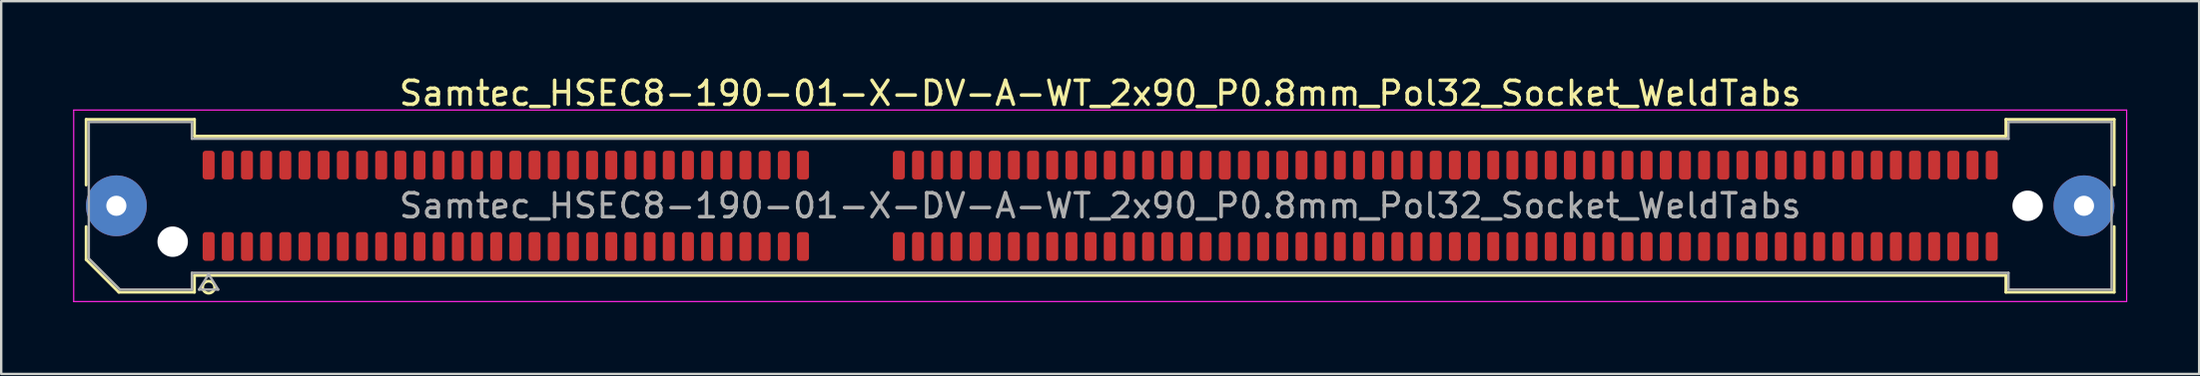
<source format=kicad_pcb>
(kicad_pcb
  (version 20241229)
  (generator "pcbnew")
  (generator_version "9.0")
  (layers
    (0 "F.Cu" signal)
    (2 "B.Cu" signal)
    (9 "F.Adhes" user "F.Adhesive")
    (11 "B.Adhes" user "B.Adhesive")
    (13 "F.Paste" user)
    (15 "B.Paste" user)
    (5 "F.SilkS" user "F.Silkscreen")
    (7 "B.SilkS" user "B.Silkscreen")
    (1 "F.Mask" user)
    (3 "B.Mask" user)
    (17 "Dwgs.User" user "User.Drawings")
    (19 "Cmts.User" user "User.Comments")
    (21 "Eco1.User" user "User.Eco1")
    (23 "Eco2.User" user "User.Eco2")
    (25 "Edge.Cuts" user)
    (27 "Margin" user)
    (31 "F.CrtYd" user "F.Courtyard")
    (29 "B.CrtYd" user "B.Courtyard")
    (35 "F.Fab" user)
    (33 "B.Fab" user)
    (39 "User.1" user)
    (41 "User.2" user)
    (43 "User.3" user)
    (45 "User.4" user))
  (footprint "Samtec_HSEC8-190-01-X-DV-A-WT_2x90_P0.8mm_Pol32_Socket_WeldTabs"
    (layer "F.Cu")
    (at 42.855 5.548)
    (property "Reference" "Samtec_HSEC8-190-01-X-DV-A-WT_2x90_P0.8mm_Pol32_Socket_WeldTabs" (at 0 -4.7 0) (layer "F.SilkS") (effects (font (size 1 1) (thickness 0.15))))
    (attr smd)
    (fp_line (start -42.31 -3.61) (end -37.79 -3.61) (stroke (width 0.12) (type solid)) (layer "F.SilkS"))
    (fp_line (start -42.31 -0.868) (end -42.31 -3.61) (stroke (width 0.12) (type solid)) (layer "F.SilkS"))
    (fp_line (start -42.31 2.246) (end -42.31 0.868) (stroke (width 0.12) (type solid)) (layer "F.SilkS"))
    (fp_line (start -40.946 3.61) (end -42.31 2.246) (stroke (width 0.12) (type solid)) (layer "F.SilkS"))
    (fp_line (start -37.79 -3.61) (end -37.79 -2.91) (stroke (width 0.12) (type solid)) (layer "F.SilkS"))
    (fp_line (start -37.79 -2.91) (end 37.79 -2.91) (stroke (width 0.12) (type solid)) (layer "F.SilkS"))
    (fp_line (start -37.79 2.91) (end -37.79 3.61) (stroke (width 0.12) (type solid)) (layer "F.SilkS"))
    (fp_line (start -37.79 3.61) (end -40.946 3.61) (stroke (width 0.12) (type solid)) (layer "F.SilkS"))
    (fp_line (start 37.79 -3.61) (end 42.31 -3.61) (stroke (width 0.12) (type solid)) (layer "F.SilkS"))
    (fp_line (start 37.79 -2.91) (end 37.79 -3.61) (stroke (width 0.12) (type solid)) (layer "F.SilkS"))
    (fp_line (start 37.79 2.91) (end -37.79 2.91) (stroke (width 0.12) (type solid)) (layer "F.SilkS"))
    (fp_line (start 37.79 3.61) (end 37.79 2.91) (stroke (width 0.12) (type solid)) (layer "F.SilkS"))
    (fp_line (start 42.31 -3.61) (end 42.31 -0.868) (stroke (width 0.12) (type solid)) (layer "F.SilkS"))
    (fp_line (start 42.31 0.868) (end 42.31 3.61) (stroke (width 0.12) (type solid)) (layer "F.SilkS"))
    (fp_line (start 42.31 3.61) (end 37.79 3.61) (stroke (width 0.12) (type solid)) (layer "F.SilkS"))
    (fp_arc (start -36.95 3.4) (mid -37.45 3.4) (end -36.95 3.4) (stroke (width 0.12) (type solid)) (layer "F.SilkS"))
    (fp_line (start -42.83 -4) (end -42.83 4) (stroke (width 0.05) (type solid)) (layer "F.CrtYd"))
    (fp_line (start -42.83 4) (end 42.83 4) (stroke (width 0.05) (type solid)) (layer "F.CrtYd"))
    (fp_line (start 42.83 -4) (end -42.83 -4) (stroke (width 0.05) (type solid)) (layer "F.CrtYd"))
    (fp_line (start 42.83 4) (end 42.83 -4) (stroke (width 0.05) (type solid)) (layer "F.CrtYd"))
    (fp_line (start -42.2 -3.5) (end -37.9 -3.5) (stroke (width 0.1) (type solid)) (layer "F.Fab"))
    (fp_line (start -42.2 2.2) (end -42.2 -3.5) (stroke (width 0.1) (type solid)) (layer "F.Fab"))
    (fp_line (start -40.9 3.5) (end -42.2 2.2) (stroke (width 0.1) (type solid)) (layer "F.Fab"))
    (fp_line (start -37.9 -3.5) (end -37.9 -2.8) (stroke (width 0.1) (type solid)) (layer "F.Fab"))
    (fp_line (start -37.9 -2.8) (end 37.9 -2.8) (stroke (width 0.1) (type solid)) (layer "F.Fab"))
    (fp_line (start -37.9 2.8) (end -37.9 3.5) (stroke (width 0.1) (type solid)) (layer "F.Fab"))
    (fp_line (start -37.9 3.5) (end -40.9 3.5) (stroke (width 0.1) (type solid)) (layer "F.Fab"))
    (fp_line (start -37.6 3.5) (end -37.2 2.86) (stroke (width 0.1) (type solid)) (layer "F.Fab"))
    (fp_line (start -37.2 2.86) (end -36.8 3.5) (stroke (width 0.1) (type solid)) (layer "F.Fab"))
    (fp_line (start -36.8 3.5) (end -37.6 3.5) (stroke (width 0.1) (type solid)) (layer "F.Fab"))
    (fp_line (start 37.9 -3.5) (end 42.2 -3.5) (stroke (width 0.1) (type solid)) (layer "F.Fab"))
    (fp_line (start 37.9 -2.8) (end 37.9 -3.5) (stroke (width 0.1) (type solid)) (layer "F.Fab"))
    (fp_line (start 37.9 2.8) (end -37.9 2.8) (stroke (width 0.1) (type solid)) (layer "F.Fab"))
    (fp_line (start 37.9 3.5) (end 37.9 2.8) (stroke (width 0.1) (type solid)) (layer "F.Fab"))
    (fp_line (start 42.2 -3.5) (end 42.2 3.5) (stroke (width 0.1) (type solid)) (layer "F.Fab"))
    (fp_line (start 42.2 3.5) (end 37.9 3.5) (stroke (width 0.1) (type solid)) (layer "F.Fab"))
    (fp_text user "${REFERENCE}" (at 0 0 0) (layer "F.Fab") (effects (font (size 1 1) (thickness 0.15))))
    (pad "" thru_hole circle (at -41.05 0) (size 2.54 2.54) (drill 0.84) (layers "*.Cu" "*.Mask" "F.Paste"))
    (pad "" np_thru_hole circle (at -38.7 1.5) (size 1.27 1.27) (drill 1.27) (layers "*.Cu" "*.Mask"))
    (pad "" np_thru_hole circle (at 38.7 0) (size 1.27 1.27) (drill 1.27) (layers "*.Cu" "*.Mask"))
    (pad "" thru_hole circle (at 41.05 0) (size 2.54 2.54) (drill 0.84) (layers "*.Cu" "*.Mask" "F.Paste"))
    (pad "1" smd roundrect (at -37.2 1.7) (size 0.5 1.2) (layers "F.Cu" "F.Mask" "F.Paste") (roundrect_rratio 0.25))
    (pad "2" smd roundrect (at -37.2 -1.7) (size 0.5 1.2) (layers "F.Cu" "F.Mask" "F.Paste") (roundrect_rratio 0.25))
    (pad "3" smd roundrect (at -36.4 1.7) (size 0.5 1.2) (layers "F.Cu" "F.Mask" "F.Paste") (roundrect_rratio 0.25))
    (pad "4" smd roundrect (at -36.4 -1.7) (size 0.5 1.2) (layers "F.Cu" "F.Mask" "F.Paste") (roundrect_rratio 0.25))
    (pad "5" smd roundrect (at -35.6 1.7) (size 0.5 1.2) (layers "F.Cu" "F.Mask" "F.Paste") (roundrect_rratio 0.25))
    (pad "6" smd roundrect (at -35.6 -1.7) (size 0.5 1.2) (layers "F.Cu" "F.Mask" "F.Paste") (roundrect_rratio 0.25))
    (pad "7" smd roundrect (at -34.8 1.7) (size 0.5 1.2) (layers "F.Cu" "F.Mask" "F.Paste") (roundrect_rratio 0.25))
    (pad "8" smd roundrect (at -34.8 -1.7) (size 0.5 1.2) (layers "F.Cu" "F.Mask" "F.Paste") (roundrect_rratio 0.25))
    (pad "9" smd roundrect (at -34 1.7) (size 0.5 1.2) (layers "F.Cu" "F.Mask" "F.Paste") (roundrect_rratio 0.25))
    (pad "10" smd roundrect (at -34 -1.7) (size 0.5 1.2) (layers "F.Cu" "F.Mask" "F.Paste") (roundrect_rratio 0.25))
    (pad "11" smd roundrect (at -33.2 1.7) (size 0.5 1.2) (layers "F.Cu" "F.Mask" "F.Paste") (roundrect_rratio 0.25))
    (pad "12" smd roundrect (at -33.2 -1.7) (size 0.5 1.2) (layers "F.Cu" "F.Mask" "F.Paste") (roundrect_rratio 0.25))
    (pad "13" smd roundrect (at -32.4 1.7) (size 0.5 1.2) (layers "F.Cu" "F.Mask" "F.Paste") (roundrect_rratio 0.25))
    (pad "14" smd roundrect (at -32.4 -1.7) (size 0.5 1.2) (layers "F.Cu" "F.Mask" "F.Paste") (roundrect_rratio 0.25))
    (pad "15" smd roundrect (at -31.6 1.7) (size 0.5 1.2) (layers "F.Cu" "F.Mask" "F.Paste") (roundrect_rratio 0.25))
    (pad "16" smd roundrect (at -31.6 -1.7) (size 0.5 1.2) (layers "F.Cu" "F.Mask" "F.Paste") (roundrect_rratio 0.25))
    (pad "17" smd roundrect (at -30.8 1.7) (size 0.5 1.2) (layers "F.Cu" "F.Mask" "F.Paste") (roundrect_rratio 0.25))
    (pad "18" smd roundrect (at -30.8 -1.7) (size 0.5 1.2) (layers "F.Cu" "F.Mask" "F.Paste") (roundrect_rratio 0.25))
    (pad "19" smd roundrect (at -30 1.7) (size 0.5 1.2) (layers "F.Cu" "F.Mask" "F.Paste") (roundrect_rratio 0.25))
    (pad "20" smd roundrect (at -30 -1.7) (size 0.5 1.2) (layers "F.Cu" "F.Mask" "F.Paste") (roundrect_rratio 0.25))
    (pad "21" smd roundrect (at -29.2 1.7) (size 0.5 1.2) (layers "F.Cu" "F.Mask" "F.Paste") (roundrect_rratio 0.25))
    (pad "22" smd roundrect (at -29.2 -1.7) (size 0.5 1.2) (layers "F.Cu" "F.Mask" "F.Paste") (roundrect_rratio 0.25))
    (pad "23" smd roundrect (at -28.4 1.7) (size 0.5 1.2) (layers "F.Cu" "F.Mask" "F.Paste") (roundrect_rratio 0.25))
    (pad "24" smd roundrect (at -28.4 -1.7) (size 0.5 1.2) (layers "F.Cu" "F.Mask" "F.Paste") (roundrect_rratio 0.25))
    (pad "25" smd roundrect (at -27.6 1.7) (size 0.5 1.2) (layers "F.Cu" "F.Mask" "F.Paste") (roundrect_rratio 0.25))
    (pad "26" smd roundrect (at -27.6 -1.7) (size 0.5 1.2) (layers "F.Cu" "F.Mask" "F.Paste") (roundrect_rratio 0.25))
    (pad "27" smd roundrect (at -26.8 1.7) (size 0.5 1.2) (layers "F.Cu" "F.Mask" "F.Paste") (roundrect_rratio 0.25))
    (pad "28" smd roundrect (at -26.8 -1.7) (size 0.5 1.2) (layers "F.Cu" "F.Mask" "F.Paste") (roundrect_rratio 0.25))
    (pad "29" smd roundrect (at -26 1.7) (size 0.5 1.2) (layers "F.Cu" "F.Mask" "F.Paste") (roundrect_rratio 0.25))
    (pad "30" smd roundrect (at -26 -1.7) (size 0.5 1.2) (layers "F.Cu" "F.Mask" "F.Paste") (roundrect_rratio 0.25))
    (pad "31" smd roundrect (at -25.2 1.7) (size 0.5 1.2) (layers "F.Cu" "F.Mask" "F.Paste") (roundrect_rratio 0.25))
    (pad "32" smd roundrect (at -25.2 -1.7) (size 0.5 1.2) (layers "F.Cu" "F.Mask" "F.Paste") (roundrect_rratio 0.25))
    (pad "33" smd roundrect (at -24.4 1.7) (size 0.5 1.2) (layers "F.Cu" "F.Mask" "F.Paste") (roundrect_rratio 0.25))
    (pad "34" smd roundrect (at -24.4 -1.7) (size 0.5 1.2) (layers "F.Cu" "F.Mask" "F.Paste") (roundrect_rratio 0.25))
    (pad "35" smd roundrect (at -23.6 1.7) (size 0.5 1.2) (layers "F.Cu" "F.Mask" "F.Paste") (roundrect_rratio 0.25))
    (pad "36" smd roundrect (at -23.6 -1.7) (size 0.5 1.2) (layers "F.Cu" "F.Mask" "F.Paste") (roundrect_rratio 0.25))
    (pad "37" smd roundrect (at -22.8 1.7) (size 0.5 1.2) (layers "F.Cu" "F.Mask" "F.Paste") (roundrect_rratio 0.25))
    (pad "38" smd roundrect (at -22.8 -1.7) (size 0.5 1.2) (layers "F.Cu" "F.Mask" "F.Paste") (roundrect_rratio 0.25))
    (pad "39" smd roundrect (at -22 1.7) (size 0.5 1.2) (layers "F.Cu" "F.Mask" "F.Paste") (roundrect_rratio 0.25))
    (pad "40" smd roundrect (at -22 -1.7) (size 0.5 1.2) (layers "F.Cu" "F.Mask" "F.Paste") (roundrect_rratio 0.25))
    (pad "41" smd roundrect (at -21.2 1.7) (size 0.5 1.2) (layers "F.Cu" "F.Mask" "F.Paste") (roundrect_rratio 0.25))
    (pad "42" smd roundrect (at -21.2 -1.7) (size 0.5 1.2) (layers "F.Cu" "F.Mask" "F.Paste") (roundrect_rratio 0.25))
    (pad "43" smd roundrect (at -20.4 1.7) (size 0.5 1.2) (layers "F.Cu" "F.Mask" "F.Paste") (roundrect_rratio 0.25))
    (pad "44" smd roundrect (at -20.4 -1.7) (size 0.5 1.2) (layers "F.Cu" "F.Mask" "F.Paste") (roundrect_rratio 0.25))
    (pad "45" smd roundrect (at -19.6 1.7) (size 0.5 1.2) (layers "F.Cu" "F.Mask" "F.Paste") (roundrect_rratio 0.25))
    (pad "46" smd roundrect (at -19.6 -1.7) (size 0.5 1.2) (layers "F.Cu" "F.Mask" "F.Paste") (roundrect_rratio 0.25))
    (pad "47" smd roundrect (at -18.8 1.7) (size 0.5 1.2) (layers "F.Cu" "F.Mask" "F.Paste") (roundrect_rratio 0.25))
    (pad "48" smd roundrect (at -18.8 -1.7) (size 0.5 1.2) (layers "F.Cu" "F.Mask" "F.Paste") (roundrect_rratio 0.25))
    (pad "49" smd roundrect (at -18 1.7) (size 0.5 1.2) (layers "F.Cu" "F.Mask" "F.Paste") (roundrect_rratio 0.25))
    (pad "50" smd roundrect (at -18 -1.7) (size 0.5 1.2) (layers "F.Cu" "F.Mask" "F.Paste") (roundrect_rratio 0.25))
    (pad "51" smd roundrect (at -17.2 1.7) (size 0.5 1.2) (layers "F.Cu" "F.Mask" "F.Paste") (roundrect_rratio 0.25))
    (pad "52" smd roundrect (at -17.2 -1.7) (size 0.5 1.2) (layers "F.Cu" "F.Mask" "F.Paste") (roundrect_rratio 0.25))
    (pad "53" smd roundrect (at -16.4 1.7) (size 0.5 1.2) (layers "F.Cu" "F.Mask" "F.Paste") (roundrect_rratio 0.25))
    (pad "54" smd roundrect (at -16.4 -1.7) (size 0.5 1.2) (layers "F.Cu" "F.Mask" "F.Paste") (roundrect_rratio 0.25))
    (pad "55" smd roundrect (at -15.6 1.7) (size 0.5 1.2) (layers "F.Cu" "F.Mask" "F.Paste") (roundrect_rratio 0.25))
    (pad "56" smd roundrect (at -15.6 -1.7) (size 0.5 1.2) (layers "F.Cu" "F.Mask" "F.Paste") (roundrect_rratio 0.25))
    (pad "57" smd roundrect (at -14.8 1.7) (size 0.5 1.2) (layers "F.Cu" "F.Mask" "F.Paste") (roundrect_rratio 0.25))
    (pad "58" smd roundrect (at -14.8 -1.7) (size 0.5 1.2) (layers "F.Cu" "F.Mask" "F.Paste") (roundrect_rratio 0.25))
    (pad "59" smd roundrect (at -14 1.7) (size 0.5 1.2) (layers "F.Cu" "F.Mask" "F.Paste") (roundrect_rratio 0.25))
    (pad "60" smd roundrect (at -14 -1.7) (size 0.5 1.2) (layers "F.Cu" "F.Mask" "F.Paste") (roundrect_rratio 0.25))
    (pad "61" smd roundrect (at -13.2 1.7) (size 0.5 1.2) (layers "F.Cu" "F.Mask" "F.Paste") (roundrect_rratio 0.25))
    (pad "62" smd roundrect (at -13.2 -1.7) (size 0.5 1.2) (layers "F.Cu" "F.Mask" "F.Paste") (roundrect_rratio 0.25))
    (pad "63" smd roundrect (at -12.4 1.7) (size 0.5 1.2) (layers "F.Cu" "F.Mask" "F.Paste") (roundrect_rratio 0.25))
    (pad "64" smd roundrect (at -12.4 -1.7) (size 0.5 1.2) (layers "F.Cu" "F.Mask" "F.Paste") (roundrect_rratio 0.25))
    (pad "65" smd roundrect (at -8.4 1.7) (size 0.5 1.2) (layers "F.Cu" "F.Mask" "F.Paste") (roundrect_rratio 0.25))
    (pad "66" smd roundrect (at -8.4 -1.7) (size 0.5 1.2) (layers "F.Cu" "F.Mask" "F.Paste") (roundrect_rratio 0.25))
    (pad "67" smd roundrect (at -7.6 1.7) (size 0.5 1.2) (layers "F.Cu" "F.Mask" "F.Paste") (roundrect_rratio 0.25))
    (pad "68" smd roundrect (at -7.6 -1.7) (size 0.5 1.2) (layers "F.Cu" "F.Mask" "F.Paste") (roundrect_rratio 0.25))
    (pad "69" smd roundrect (at -6.8 1.7) (size 0.5 1.2) (layers "F.Cu" "F.Mask" "F.Paste") (roundrect_rratio 0.25))
    (pad "70" smd roundrect (at -6.8 -1.7) (size 0.5 1.2) (layers "F.Cu" "F.Mask" "F.Paste") (roundrect_rratio 0.25))
    (pad "71" smd roundrect (at -6 1.7) (size 0.5 1.2) (layers "F.Cu" "F.Mask" "F.Paste") (roundrect_rratio 0.25))
    (pad "72" smd roundrect (at -6 -1.7) (size 0.5 1.2) (layers "F.Cu" "F.Mask" "F.Paste") (roundrect_rratio 0.25))
    (pad "73" smd roundrect (at -5.2 1.7) (size 0.5 1.2) (layers "F.Cu" "F.Mask" "F.Paste") (roundrect_rratio 0.25))
    (pad "74" smd roundrect (at -5.2 -1.7) (size 0.5 1.2) (layers "F.Cu" "F.Mask" "F.Paste") (roundrect_rratio 0.25))
    (pad "75" smd roundrect (at -4.4 1.7) (size 0.5 1.2) (layers "F.Cu" "F.Mask" "F.Paste") (roundrect_rratio 0.25))
    (pad "76" smd roundrect (at -4.4 -1.7) (size 0.5 1.2) (layers "F.Cu" "F.Mask" "F.Paste") (roundrect_rratio 0.25))
    (pad "77" smd roundrect (at -3.6 1.7) (size 0.5 1.2) (layers "F.Cu" "F.Mask" "F.Paste") (roundrect_rratio 0.25))
    (pad "78" smd roundrect (at -3.6 -1.7) (size 0.5 1.2) (layers "F.Cu" "F.Mask" "F.Paste") (roundrect_rratio 0.25))
    (pad "79" smd roundrect (at -2.8 1.7) (size 0.5 1.2) (layers "F.Cu" "F.Mask" "F.Paste") (roundrect_rratio 0.25))
    (pad "80" smd roundrect (at -2.8 -1.7) (size 0.5 1.2) (layers "F.Cu" "F.Mask" "F.Paste") (roundrect_rratio 0.25))
    (pad "81" smd roundrect (at -2 1.7) (size 0.5 1.2) (layers "F.Cu" "F.Mask" "F.Paste") (roundrect_rratio 0.25))
    (pad "82" smd roundrect (at -2 -1.7) (size 0.5 1.2) (layers "F.Cu" "F.Mask" "F.Paste") (roundrect_rratio 0.25))
    (pad "83" smd roundrect (at -1.2 1.7) (size 0.5 1.2) (layers "F.Cu" "F.Mask" "F.Paste") (roundrect_rratio 0.25))
    (pad "84" smd roundrect (at -1.2 -1.7) (size 0.5 1.2) (layers "F.Cu" "F.Mask" "F.Paste") (roundrect_rratio 0.25))
    (pad "85" smd roundrect (at -0.4 1.7) (size 0.5 1.2) (layers "F.Cu" "F.Mask" "F.Paste") (roundrect_rratio 0.25))
    (pad "86" smd roundrect (at -0.4 -1.7) (size 0.5 1.2) (layers "F.Cu" "F.Mask" "F.Paste") (roundrect_rratio 0.25))
    (pad "87" smd roundrect (at 0.4 1.7) (size 0.5 1.2) (layers "F.Cu" "F.Mask" "F.Paste") (roundrect_rratio 0.25))
    (pad "88" smd roundrect (at 0.4 -1.7) (size 0.5 1.2) (layers "F.Cu" "F.Mask" "F.Paste") (roundrect_rratio 0.25))
    (pad "89" smd roundrect (at 1.2 1.7) (size 0.5 1.2) (layers "F.Cu" "F.Mask" "F.Paste") (roundrect_rratio 0.25))
    (pad "90" smd roundrect (at 1.2 -1.7) (size 0.5 1.2) (layers "F.Cu" "F.Mask" "F.Paste") (roundrect_rratio 0.25))
    (pad "91" smd roundrect (at 2 1.7) (size 0.5 1.2) (layers "F.Cu" "F.Mask" "F.Paste") (roundrect_rratio 0.25))
    (pad "92" smd roundrect (at 2 -1.7) (size 0.5 1.2) (layers "F.Cu" "F.Mask" "F.Paste") (roundrect_rratio 0.25))
    (pad "93" smd roundrect (at 2.8 1.7) (size 0.5 1.2) (layers "F.Cu" "F.Mask" "F.Paste") (roundrect_rratio 0.25))
    (pad "94" smd roundrect (at 2.8 -1.7) (size 0.5 1.2) (layers "F.Cu" "F.Mask" "F.Paste") (roundrect_rratio 0.25))
    (pad "95" smd roundrect (at 3.6 1.7) (size 0.5 1.2) (layers "F.Cu" "F.Mask" "F.Paste") (roundrect_rratio 0.25))
    (pad "96" smd roundrect (at 3.6 -1.7) (size 0.5 1.2) (layers "F.Cu" "F.Mask" "F.Paste") (roundrect_rratio 0.25))
    (pad "97" smd roundrect (at 4.4 1.7) (size 0.5 1.2) (layers "F.Cu" "F.Mask" "F.Paste") (roundrect_rratio 0.25))
    (pad "98" smd roundrect (at 4.4 -1.7) (size 0.5 1.2) (layers "F.Cu" "F.Mask" "F.Paste") (roundrect_rratio 0.25))
    (pad "99" smd roundrect (at 5.2 1.7) (size 0.5 1.2) (layers "F.Cu" "F.Mask" "F.Paste") (roundrect_rratio 0.25))
    (pad "100" smd roundrect (at 5.2 -1.7) (size 0.5 1.2) (layers "F.Cu" "F.Mask" "F.Paste") (roundrect_rratio 0.25))
    (pad "101" smd roundrect (at 6 1.7) (size 0.5 1.2) (layers "F.Cu" "F.Mask" "F.Paste") (roundrect_rratio 0.25))
    (pad "102" smd roundrect (at 6 -1.7) (size 0.5 1.2) (layers "F.Cu" "F.Mask" "F.Paste") (roundrect_rratio 0.25))
    (pad "103" smd roundrect (at 6.8 1.7) (size 0.5 1.2) (layers "F.Cu" "F.Mask" "F.Paste") (roundrect_rratio 0.25))
    (pad "104" smd roundrect (at 6.8 -1.7) (size 0.5 1.2) (layers "F.Cu" "F.Mask" "F.Paste") (roundrect_rratio 0.25))
    (pad "105" smd roundrect (at 7.6 1.7) (size 0.5 1.2) (layers "F.Cu" "F.Mask" "F.Paste") (roundrect_rratio 0.25))
    (pad "106" smd roundrect (at 7.6 -1.7) (size 0.5 1.2) (layers "F.Cu" "F.Mask" "F.Paste") (roundrect_rratio 0.25))
    (pad "107" smd roundrect (at 8.4 1.7) (size 0.5 1.2) (layers "F.Cu" "F.Mask" "F.Paste") (roundrect_rratio 0.25))
    (pad "108" smd roundrect (at 8.4 -1.7) (size 0.5 1.2) (layers "F.Cu" "F.Mask" "F.Paste") (roundrect_rratio 0.25))
    (pad "109" smd roundrect (at 9.2 1.7) (size 0.5 1.2) (layers "F.Cu" "F.Mask" "F.Paste") (roundrect_rratio 0.25))
    (pad "110" smd roundrect (at 9.2 -1.7) (size 0.5 1.2) (layers "F.Cu" "F.Mask" "F.Paste") (roundrect_rratio 0.25))
    (pad "111" smd roundrect (at 10 1.7) (size 0.5 1.2) (layers "F.Cu" "F.Mask" "F.Paste") (roundrect_rratio 0.25))
    (pad "112" smd roundrect (at 10 -1.7) (size 0.5 1.2) (layers "F.Cu" "F.Mask" "F.Paste") (roundrect_rratio 0.25))
    (pad "113" smd roundrect (at 10.8 1.7) (size 0.5 1.2) (layers "F.Cu" "F.Mask" "F.Paste") (roundrect_rratio 0.25))
    (pad "114" smd roundrect (at 10.8 -1.7) (size 0.5 1.2) (layers "F.Cu" "F.Mask" "F.Paste") (roundrect_rratio 0.25))
    (pad "115" smd roundrect (at 11.6 1.7) (size 0.5 1.2) (layers "F.Cu" "F.Mask" "F.Paste") (roundrect_rratio 0.25))
    (pad "116" smd roundrect (at 11.6 -1.7) (size 0.5 1.2) (layers "F.Cu" "F.Mask" "F.Paste") (roundrect_rratio 0.25))
    (pad "117" smd roundrect (at 12.4 1.7) (size 0.5 1.2) (layers "F.Cu" "F.Mask" "F.Paste") (roundrect_rratio 0.25))
    (pad "118" smd roundrect (at 12.4 -1.7) (size 0.5 1.2) (layers "F.Cu" "F.Mask" "F.Paste") (roundrect_rratio 0.25))
    (pad "119" smd roundrect (at 13.2 1.7) (size 0.5 1.2) (layers "F.Cu" "F.Mask" "F.Paste") (roundrect_rratio 0.25))
    (pad "120" smd roundrect (at 13.2 -1.7) (size 0.5 1.2) (layers "F.Cu" "F.Mask" "F.Paste") (roundrect_rratio 0.25))
    (pad "121" smd roundrect (at 14 1.7) (size 0.5 1.2) (layers "F.Cu" "F.Mask" "F.Paste") (roundrect_rratio 0.25))
    (pad "122" smd roundrect (at 14 -1.7) (size 0.5 1.2) (layers "F.Cu" "F.Mask" "F.Paste") (roundrect_rratio 0.25))
    (pad "123" smd roundrect (at 14.8 1.7) (size 0.5 1.2) (layers "F.Cu" "F.Mask" "F.Paste") (roundrect_rratio 0.25))
    (pad "124" smd roundrect (at 14.8 -1.7) (size 0.5 1.2) (layers "F.Cu" "F.Mask" "F.Paste") (roundrect_rratio 0.25))
    (pad "125" smd roundrect (at 15.6 1.7) (size 0.5 1.2) (layers "F.Cu" "F.Mask" "F.Paste") (roundrect_rratio 0.25))
    (pad "126" smd roundrect (at 15.6 -1.7) (size 0.5 1.2) (layers "F.Cu" "F.Mask" "F.Paste") (roundrect_rratio 0.25))
    (pad "127" smd roundrect (at 16.4 1.7) (size 0.5 1.2) (layers "F.Cu" "F.Mask" "F.Paste") (roundrect_rratio 0.25))
    (pad "128" smd roundrect (at 16.4 -1.7) (size 0.5 1.2) (layers "F.Cu" "F.Mask" "F.Paste") (roundrect_rratio 0.25))
    (pad "129" smd roundrect (at 17.2 1.7) (size 0.5 1.2) (layers "F.Cu" "F.Mask" "F.Paste") (roundrect_rratio 0.25))
    (pad "130" smd roundrect (at 17.2 -1.7) (size 0.5 1.2) (layers "F.Cu" "F.Mask" "F.Paste") (roundrect_rratio 0.25))
    (pad "131" smd roundrect (at 18 1.7) (size 0.5 1.2) (layers "F.Cu" "F.Mask" "F.Paste") (roundrect_rratio 0.25))
    (pad "132" smd roundrect (at 18 -1.7) (size 0.5 1.2) (layers "F.Cu" "F.Mask" "F.Paste") (roundrect_rratio 0.25))
    (pad "133" smd roundrect (at 18.8 1.7) (size 0.5 1.2) (layers "F.Cu" "F.Mask" "F.Paste") (roundrect_rratio 0.25))
    (pad "134" smd roundrect (at 18.8 -1.7) (size 0.5 1.2) (layers "F.Cu" "F.Mask" "F.Paste") (roundrect_rratio 0.25))
    (pad "135" smd roundrect (at 19.6 1.7) (size 0.5 1.2) (layers "F.Cu" "F.Mask" "F.Paste") (roundrect_rratio 0.25))
    (pad "136" smd roundrect (at 19.6 -1.7) (size 0.5 1.2) (layers "F.Cu" "F.Mask" "F.Paste") (roundrect_rratio 0.25))
    (pad "137" smd roundrect (at 20.4 1.7) (size 0.5 1.2) (layers "F.Cu" "F.Mask" "F.Paste") (roundrect_rratio 0.25))
    (pad "138" smd roundrect (at 20.4 -1.7) (size 0.5 1.2) (layers "F.Cu" "F.Mask" "F.Paste") (roundrect_rratio 0.25))
    (pad "139" smd roundrect (at 21.2 1.7) (size 0.5 1.2) (layers "F.Cu" "F.Mask" "F.Paste") (roundrect_rratio 0.25))
    (pad "140" smd roundrect (at 21.2 -1.7) (size 0.5 1.2) (layers "F.Cu" "F.Mask" "F.Paste") (roundrect_rratio 0.25))
    (pad "141" smd roundrect (at 22 1.7) (size 0.5 1.2) (layers "F.Cu" "F.Mask" "F.Paste") (roundrect_rratio 0.25))
    (pad "142" smd roundrect (at 22 -1.7) (size 0.5 1.2) (layers "F.Cu" "F.Mask" "F.Paste") (roundrect_rratio 0.25))
    (pad "143" smd roundrect (at 22.8 1.7) (size 0.5 1.2) (layers "F.Cu" "F.Mask" "F.Paste") (roundrect_rratio 0.25))
    (pad "144" smd roundrect (at 22.8 -1.7) (size 0.5 1.2) (layers "F.Cu" "F.Mask" "F.Paste") (roundrect_rratio 0.25))
    (pad "145" smd roundrect (at 23.6 1.7) (size 0.5 1.2) (layers "F.Cu" "F.Mask" "F.Paste") (roundrect_rratio 0.25))
    (pad "146" smd roundrect (at 23.6 -1.7) (size 0.5 1.2) (layers "F.Cu" "F.Mask" "F.Paste") (roundrect_rratio 0.25))
    (pad "147" smd roundrect (at 24.4 1.7) (size 0.5 1.2) (layers "F.Cu" "F.Mask" "F.Paste") (roundrect_rratio 0.25))
    (pad "148" smd roundrect (at 24.4 -1.7) (size 0.5 1.2) (layers "F.Cu" "F.Mask" "F.Paste") (roundrect_rratio 0.25))
    (pad "149" smd roundrect (at 25.2 1.7) (size 0.5 1.2) (layers "F.Cu" "F.Mask" "F.Paste") (roundrect_rratio 0.25))
    (pad "150" smd roundrect (at 25.2 -1.7) (size 0.5 1.2) (layers "F.Cu" "F.Mask" "F.Paste") (roundrect_rratio 0.25))
    (pad "151" smd roundrect (at 26 1.7) (size 0.5 1.2) (layers "F.Cu" "F.Mask" "F.Paste") (roundrect_rratio 0.25))
    (pad "152" smd roundrect (at 26 -1.7) (size 0.5 1.2) (layers "F.Cu" "F.Mask" "F.Paste") (roundrect_rratio 0.25))
    (pad "153" smd roundrect (at 26.8 1.7) (size 0.5 1.2) (layers "F.Cu" "F.Mask" "F.Paste") (roundrect_rratio 0.25))
    (pad "154" smd roundrect (at 26.8 -1.7) (size 0.5 1.2) (layers "F.Cu" "F.Mask" "F.Paste") (roundrect_rratio 0.25))
    (pad "155" smd roundrect (at 27.6 1.7) (size 0.5 1.2) (layers "F.Cu" "F.Mask" "F.Paste") (roundrect_rratio 0.25))
    (pad "156" smd roundrect (at 27.6 -1.7) (size 0.5 1.2) (layers "F.Cu" "F.Mask" "F.Paste") (roundrect_rratio 0.25))
    (pad "157" smd roundrect (at 28.4 1.7) (size 0.5 1.2) (layers "F.Cu" "F.Mask" "F.Paste") (roundrect_rratio 0.25))
    (pad "158" smd roundrect (at 28.4 -1.7) (size 0.5 1.2) (layers "F.Cu" "F.Mask" "F.Paste") (roundrect_rratio 0.25))
    (pad "159" smd roundrect (at 29.2 1.7) (size 0.5 1.2) (layers "F.Cu" "F.Mask" "F.Paste") (roundrect_rratio 0.25))
    (pad "160" smd roundrect (at 29.2 -1.7) (size 0.5 1.2) (layers "F.Cu" "F.Mask" "F.Paste") (roundrect_rratio 0.25))
    (pad "161" smd roundrect (at 30 1.7) (size 0.5 1.2) (layers "F.Cu" "F.Mask" "F.Paste") (roundrect_rratio 0.25))
    (pad "162" smd roundrect (at 30 -1.7) (size 0.5 1.2) (layers "F.Cu" "F.Mask" "F.Paste") (roundrect_rratio 0.25))
    (pad "163" smd roundrect (at 30.8 1.7) (size 0.5 1.2) (layers "F.Cu" "F.Mask" "F.Paste") (roundrect_rratio 0.25))
    (pad "164" smd roundrect (at 30.8 -1.7) (size 0.5 1.2) (layers "F.Cu" "F.Mask" "F.Paste") (roundrect_rratio 0.25))
    (pad "165" smd roundrect (at 31.6 1.7) (size 0.5 1.2) (layers "F.Cu" "F.Mask" "F.Paste") (roundrect_rratio 0.25))
    (pad "166" smd roundrect (at 31.6 -1.7) (size 0.5 1.2) (layers "F.Cu" "F.Mask" "F.Paste") (roundrect_rratio 0.25))
    (pad "167" smd roundrect (at 32.4 1.7) (size 0.5 1.2) (layers "F.Cu" "F.Mask" "F.Paste") (roundrect_rratio 0.25))
    (pad "168" smd roundrect (at 32.4 -1.7) (size 0.5 1.2) (layers "F.Cu" "F.Mask" "F.Paste") (roundrect_rratio 0.25))
    (pad "169" smd roundrect (at 33.2 1.7) (size 0.5 1.2) (layers "F.Cu" "F.Mask" "F.Paste") (roundrect_rratio 0.25))
    (pad "170" smd roundrect (at 33.2 -1.7) (size 0.5 1.2) (layers "F.Cu" "F.Mask" "F.Paste") (roundrect_rratio 0.25))
    (pad "171" smd roundrect (at 34 1.7) (size 0.5 1.2) (layers "F.Cu" "F.Mask" "F.Paste") (roundrect_rratio 0.25))
    (pad "172" smd roundrect (at 34 -1.7) (size 0.5 1.2) (layers "F.Cu" "F.Mask" "F.Paste") (roundrect_rratio 0.25))
    (pad "173" smd roundrect (at 34.8 1.7) (size 0.5 1.2) (layers "F.Cu" "F.Mask" "F.Paste") (roundrect_rratio 0.25))
    (pad "174" smd roundrect (at 34.8 -1.7) (size 0.5 1.2) (layers "F.Cu" "F.Mask" "F.Paste") (roundrect_rratio 0.25))
    (pad "175" smd roundrect (at 35.6 1.7) (size 0.5 1.2) (layers "F.Cu" "F.Mask" "F.Paste") (roundrect_rratio 0.25))
    (pad "176" smd roundrect (at 35.6 -1.7) (size 0.5 1.2) (layers "F.Cu" "F.Mask" "F.Paste") (roundrect_rratio 0.25))
    (pad "177" smd roundrect (at 36.4 1.7) (size 0.5 1.2) (layers "F.Cu" "F.Mask" "F.Paste") (roundrect_rratio 0.25))
    (pad "178" smd roundrect (at 36.4 -1.7) (size 0.5 1.2) (layers "F.Cu" "F.Mask" "F.Paste") (roundrect_rratio 0.25))
    (pad "179" smd roundrect (at 37.2 1.7) (size 0.5 1.2) (layers "F.Cu" "F.Mask" "F.Paste") (roundrect_rratio 0.25))
    (pad "180" smd roundrect (at 37.2 -1.7) (size 0.5 1.2) (layers "F.Cu" "F.Mask" "F.Paste") (roundrect_rratio 0.25)))
  (gr_rect
    (start -3 -3)
    (end 88.71 12.573)
    (stroke (width 0.1) (type default))
    (fill no)
    (layer "Edge.Cuts")))
</source>
